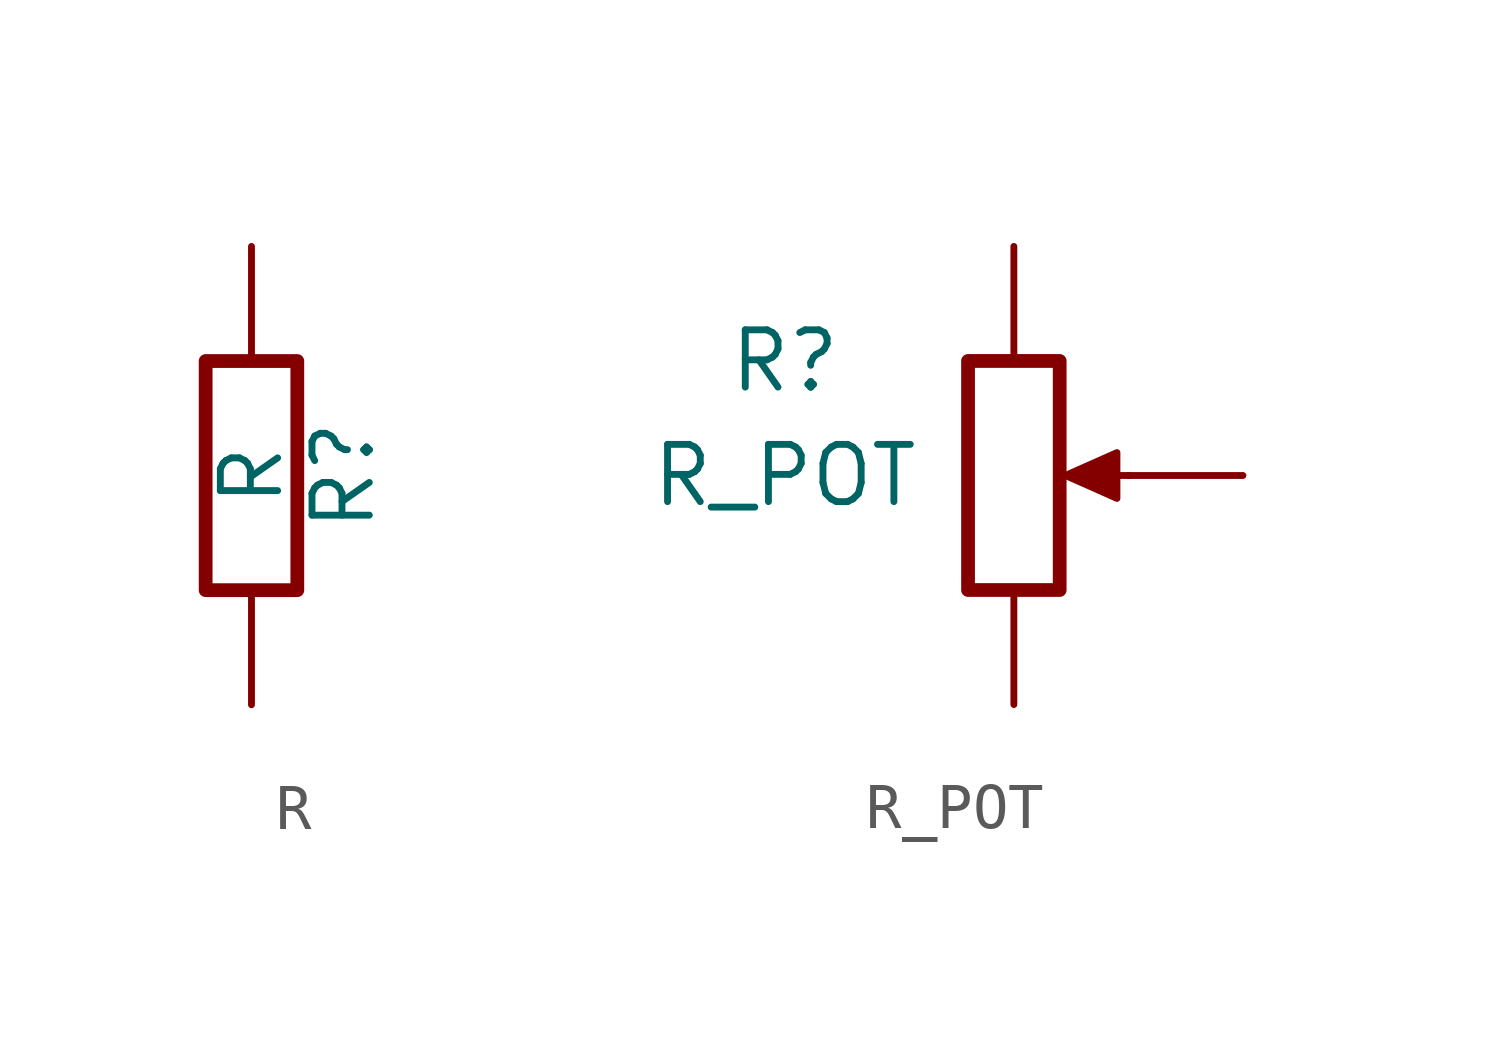
<source format=kicad_sym>
(kicad_symbol_lib
  (version 20211014)
  (generator kicad_symbol_editor)
  (symbol "R"
    (pin_numbers hide)
    (pin_names
      (offset 0))
    (property "Reference" "R"
      (at 2.032 0 90)
      (effects (font (size 1.27 1.27))))
    (property "Value" "R"
      (at 0 0 90)
      (effects (font (size 1.27 1.27))))
    (symbol "R_0_1"
      (rectangle (start -1.016 -2.54) (end 1.016 2.54) (stroke (width 0.305) (type default) (color 0 0 0 0)) (fill (type none))))
    (symbol "R_1_1"
      (pin passive line (at 0 5.08 270) (length 2.54) (name "~" (effects (font (size 1.27 1.27)))) (number "1" (effects (font (size 1.27 1.27)))))
      (pin passive line (at 0 -5.08 90) (length 2.54) (name "~" (effects (font (size 1.27 1.27)))) (number "2" (effects (font (size 1.27 1.27)))))))
  (symbol "R_POT"
    (pin_numbers hide)
    (pin_names
      (offset 0) hide)
    (property "Reference" "R"
      (at -5.08 2.54 0)
      (effects (font (size 1.27 1.27))))
    (property "Value" "R_POT"
      (at -5.08 0 0)
      (effects (font (size 1.27 1.27))))
    (symbol "R_POT_0_1"
      (rectangle (start -1.016 -2.54) (end 1.016 2.54) (stroke (width 0.305) (type default) (color 0 0 0 0)) (fill (type none))))
    (symbol "R_POT_1_1"
      (polyline (pts (xy 2.54 0) (xy 1.524 0)) (stroke (width 0) (type default) (color 0 0 0 0)) (fill (type none)))
      (polyline (pts (xy 1.143 0) (xy 2.286 0.508) (xy 2.286 -0.508) (xy 1.143 0)) (stroke (width 0) (type default) (color 0 0 0 0)) (fill (type outline)))
      (pin passive line (at 0 5.08 270) (length 2.54) (name "~" (effects (font (size 1.27 1.27)))) (number "1" (effects (font (size 1.27 1.27)))))
      (pin passive line (at 5.08 0 180) (length 2.54) (name "~" (effects (font (size 1.27 1.27)))) (number "2" (effects (font (size 1.27 1.27)))))
      (pin passive line (at 0 -5.08 90) (length 2.54) (name "~" (effects (font (size 1.27 1.27)))) (number "3" (effects (font (size 1.27 1.27))))))))
</source>
